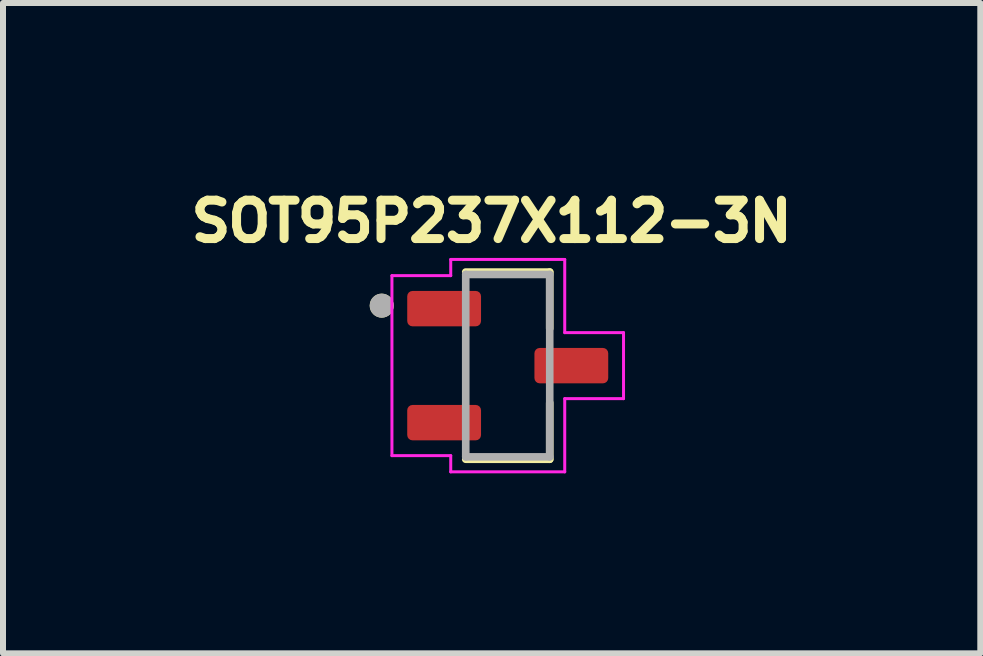
<source format=kicad_pcb>
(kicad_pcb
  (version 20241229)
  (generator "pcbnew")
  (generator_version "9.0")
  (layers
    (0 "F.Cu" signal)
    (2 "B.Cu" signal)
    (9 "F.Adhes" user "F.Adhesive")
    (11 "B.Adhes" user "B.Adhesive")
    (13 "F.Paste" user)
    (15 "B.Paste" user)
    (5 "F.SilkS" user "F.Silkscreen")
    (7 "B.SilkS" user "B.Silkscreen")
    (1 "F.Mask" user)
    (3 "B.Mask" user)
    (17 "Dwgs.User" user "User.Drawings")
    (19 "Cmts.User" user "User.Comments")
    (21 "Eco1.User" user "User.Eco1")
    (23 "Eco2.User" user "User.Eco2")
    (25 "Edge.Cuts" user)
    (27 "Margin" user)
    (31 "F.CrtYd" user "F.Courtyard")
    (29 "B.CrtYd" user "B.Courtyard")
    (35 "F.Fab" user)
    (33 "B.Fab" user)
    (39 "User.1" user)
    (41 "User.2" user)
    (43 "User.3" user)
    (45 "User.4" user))
  (footprint "SOT95P237X112-3N"
    (layer "F.Cu")
    (at 5.412 3.044)
    (property "Reference" "SOT95P237X112-3N" (at -0.268 -2.406 0) (layer "F.SilkS") (effects (font (size 0.64 0.64) (thickness 0.15))))
    (attr smd)
    (fp_line (start -0.7 -1.56) (end 0.7 -1.56) (stroke (width 0.127) (type solid)) (layer "F.SilkS"))
    (fp_line (start -0.7 1.56) (end 0.7 1.56) (stroke (width 0.127) (type solid)) (layer "F.SilkS"))
    (fp_line (start 0.7 -1.56) (end 0.7 -0.62) (stroke (width 0.127) (type solid)) (layer "F.SilkS"))
    (fp_line (start 0.7 0.62) (end 0.7 1.56) (stroke (width 0.127) (type solid)) (layer "F.SilkS"))
    (fp_circle (center -2.1 -1) (end -2 -1) (stroke (width 0.2) (type solid)) (fill no) (layer "F.SilkS"))
    (fp_line (start -1.93 -1.5) (end -1.93 1.5) (stroke (width 0.05) (type solid)) (layer "F.CrtYd"))
    (fp_line (start -1.93 1.5) (end -0.95 1.5) (stroke (width 0.05) (type solid)) (layer "F.CrtYd"))
    (fp_line (start -0.95 -1.77) (end -0.95 -1.5) (stroke (width 0.05) (type solid)) (layer "F.CrtYd"))
    (fp_line (start -0.95 -1.77) (end 0.95 -1.77) (stroke (width 0.05) (type solid)) (layer "F.CrtYd"))
    (fp_line (start -0.95 -1.5) (end -1.93 -1.5) (stroke (width 0.05) (type solid)) (layer "F.CrtYd"))
    (fp_line (start -0.95 1.5) (end -0.95 1.77) (stroke (width 0.05) (type solid)) (layer "F.CrtYd"))
    (fp_line (start -0.95 1.77) (end 0.95 1.77) (stroke (width 0.05) (type solid)) (layer "F.CrtYd"))
    (fp_line (start 0.95 -1.77) (end 0.95 -0.55) (stroke (width 0.05) (type solid)) (layer "F.CrtYd"))
    (fp_line (start 0.95 -0.55) (end 1.93 -0.55) (stroke (width 0.05) (type solid)) (layer "F.CrtYd"))
    (fp_line (start 0.95 0.55) (end 0.95 1.77) (stroke (width 0.05) (type solid)) (layer "F.CrtYd"))
    (fp_line (start 1.93 -0.55) (end 1.93 0.55) (stroke (width 0.05) (type solid)) (layer "F.CrtYd"))
    (fp_line (start 1.93 0.55) (end 0.95 0.55) (stroke (width 0.05) (type solid)) (layer "F.CrtYd"))
    (fp_line (start -0.7 -1.52) (end 0.7 -1.52) (stroke (width 0.127) (type solid)) (layer "F.Fab"))
    (fp_line (start -0.7 1.52) (end -0.7 -1.52) (stroke (width 0.127) (type solid)) (layer "F.Fab"))
    (fp_line (start 0.7 -1.52) (end 0.7 1.52) (stroke (width 0.127) (type solid)) (layer "F.Fab"))
    (fp_line (start 0.7 1.52) (end -0.7 1.52) (stroke (width 0.127) (type solid)) (layer "F.Fab"))
    (fp_circle (center -2.1 -1) (end -2 -1) (stroke (width 0.2) (type solid)) (fill no) (layer "F.Fab"))
    (pad "1" smd roundrect (at -1.06 -0.95) (size 1.23 0.59) (layers "F.Cu" "F.Mask" "F.Paste") (roundrect_rratio 0.15))
    (pad "2" smd roundrect (at -1.06 0.95) (size 1.23 0.59) (layers "F.Cu" "F.Mask" "F.Paste") (roundrect_rratio 0.15))
    (pad "3" smd roundrect (at 1.06 0) (size 1.23 0.59) (layers "F.Cu" "F.Mask" "F.Paste") (roundrect_rratio 0.15)))
  (gr_rect
    (start -3 -3)
    (end 13.288 7.839)
    (stroke (width 0.1) (type default))
    (fill no)
    (layer "Edge.Cuts")))
</source>
